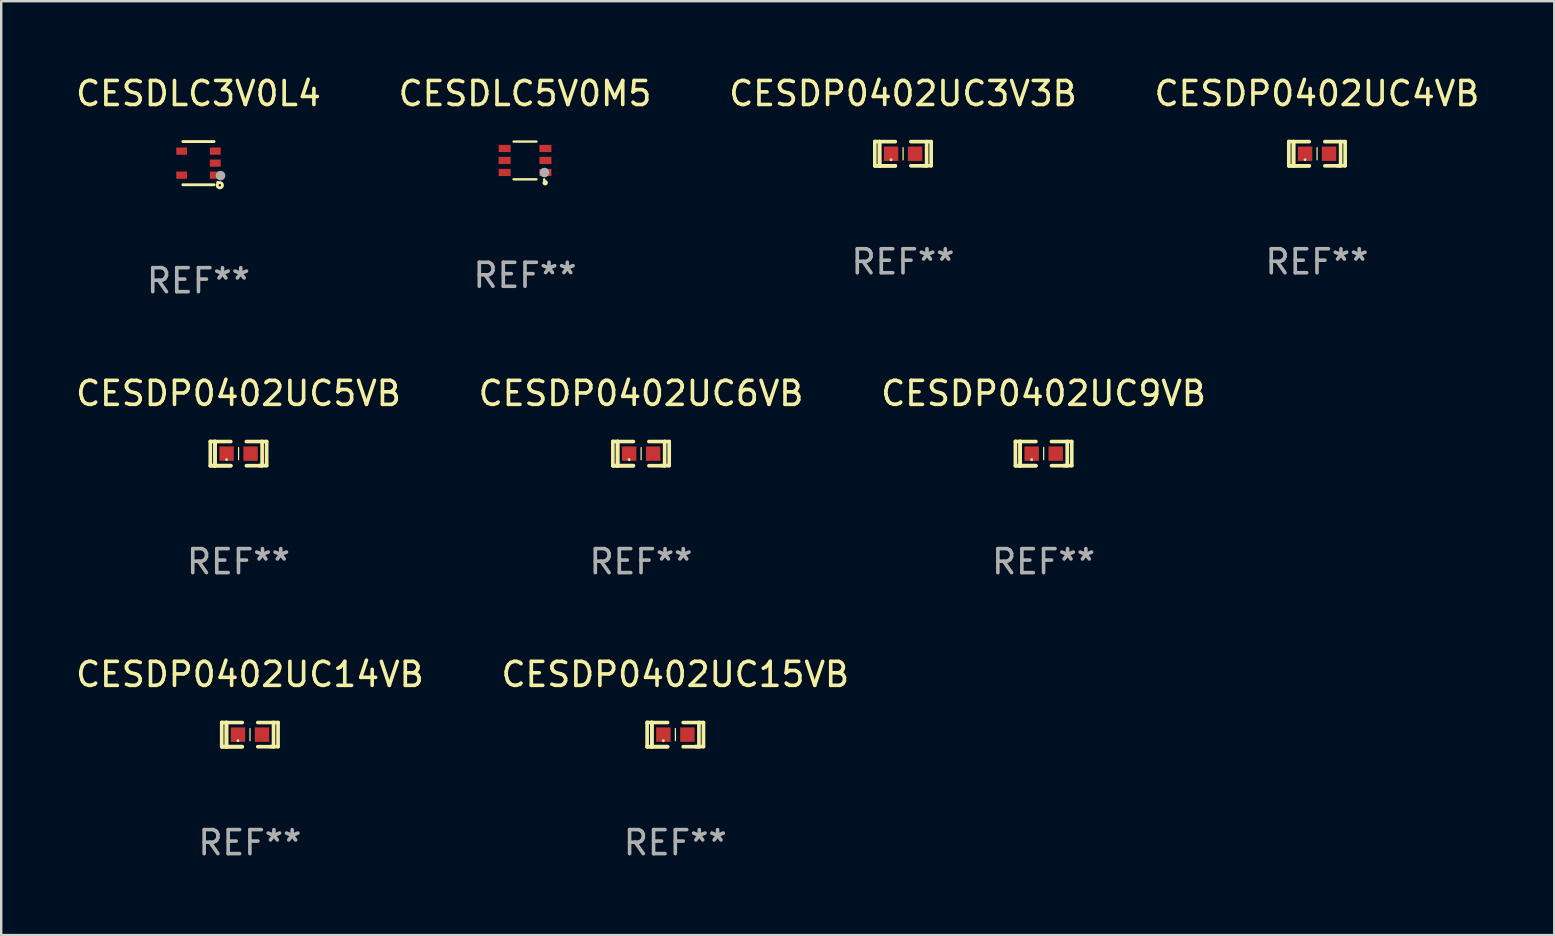
<source format=kicad_pcb>
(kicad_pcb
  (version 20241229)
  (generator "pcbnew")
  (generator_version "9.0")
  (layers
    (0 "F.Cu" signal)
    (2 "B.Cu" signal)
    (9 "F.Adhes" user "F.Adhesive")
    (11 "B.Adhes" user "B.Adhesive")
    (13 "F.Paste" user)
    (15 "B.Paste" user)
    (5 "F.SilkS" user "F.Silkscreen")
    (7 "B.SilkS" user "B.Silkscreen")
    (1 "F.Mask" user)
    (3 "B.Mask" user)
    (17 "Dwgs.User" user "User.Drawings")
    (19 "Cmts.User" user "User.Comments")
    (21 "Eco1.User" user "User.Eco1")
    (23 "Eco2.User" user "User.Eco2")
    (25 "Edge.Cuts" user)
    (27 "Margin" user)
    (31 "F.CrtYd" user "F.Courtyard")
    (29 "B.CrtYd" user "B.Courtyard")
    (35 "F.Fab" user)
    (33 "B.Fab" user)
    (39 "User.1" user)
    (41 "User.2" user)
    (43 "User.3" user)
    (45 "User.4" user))
  (footprint "CESDP0402UC14VB"
    (layer "F.Cu")
    (at 7.363 27.559)
    (property "Reference" "CESDP0402UC14VB" (at 0 -2.506 0) (layer "F.SilkS") (effects (font (size 1 1) (thickness 0.15))))
    (attr through_hole)
    (fp_line (start -1.174 -0.506) (end -0.977 -0.502) (stroke (width 0.152) (type solid)) (layer "F.SilkS"))
    (fp_line (start -1.174 0.506) (end -1.174 -0.506) (stroke (width 0.152) (type solid)) (layer "F.SilkS"))
    (fp_line (start -0.977 -0.502) (end -0.977 0.506) (stroke (width 0.152) (type solid)) (layer "F.SilkS"))
    (fp_line (start -0.977 -0.502) (end -0.977 0.506) (stroke (width 0.152) (type solid)) (layer "F.SilkS"))
    (fp_line (start -0.977 0.506) (end -1.166 0.506) (stroke (width 0.152) (type solid)) (layer "F.SilkS"))
    (fp_line (start -0.977 0.506) (end -0.32 0.506) (stroke (width 0.152) (type solid)) (layer "F.SilkS"))
    (fp_line (start -0.977 0.506) (end -0.32 0.506) (stroke (width 0.152) (type solid)) (layer "F.SilkS"))
    (fp_line (start -0.971 0.506) (end -1.174 0.506) (stroke (width 0.152) (type solid)) (layer "F.SilkS"))
    (fp_line (start -0.32 -0.502) (end -0.977 -0.502) (stroke (width 0.152) (type solid)) (layer "F.SilkS"))
    (fp_line (start 0.004 -0.252) (end 0.004 0.256) (stroke (width 0.051) (type solid)) (layer "F.SilkS"))
    (fp_line (start 0.328 0.506) (end 0.985 0.506) (stroke (width 0.152) (type solid)) (layer "F.SilkS"))
    (fp_line (start 0.985 -0.502) (end 0.328 -0.502) (stroke (width 0.152) (type solid)) (layer "F.SilkS"))
    (fp_line (start 0.985 -0.502) (end 1.174 -0.502) (stroke (width 0.152) (type solid)) (layer "F.SilkS"))
    (fp_line (start 0.985 0.506) (end 0.985 -0.502) (stroke (width 0.152) (type solid)) (layer "F.SilkS"))
    (fp_line (start 1.174 -0.502) (end 1.174 0.502) (stroke (width 0.152) (type solid)) (layer "F.SilkS"))
    (fp_line (start 1.174 0.502) (end 0.851 0.502) (stroke (width 0.152) (type solid)) (layer "F.SilkS"))
    (fp_circle (center -0.497 0.253) (end -0.467 0.253) (stroke (width 0.06) (type solid)) (fill no) (layer "F.SilkS"))
    (fp_text user "REF**" (at 0 4.506 0) (layer "F.Fab") (effects (font (size 1 1) (thickness 0.15))))
    (pad "1" smd rect (at -0.496 0.002) (size 0.6 0.6) (layers "F.Cu" "F.Mask" "F.Paste"))
    (pad "2" smd rect (at 0.504 0.002) (size 0.6 0.6) (layers "F.Cu" "F.Mask" "F.Paste")))
  (footprint "CESDP0402UC6VB"
    (layer "F.Cu")
    (at 23.661 15.85)
    (property "Reference" "CESDP0402UC6VB" (at 0 -2.506 0) (layer "F.SilkS") (effects (font (size 1 1) (thickness 0.15))))
    (attr through_hole)
    (fp_line (start -1.174 -0.506) (end -0.977 -0.502) (stroke (width 0.152) (type solid)) (layer "F.SilkS"))
    (fp_line (start -1.174 0.506) (end -1.174 -0.506) (stroke (width 0.152) (type solid)) (layer "F.SilkS"))
    (fp_line (start -0.977 -0.502) (end -0.977 0.506) (stroke (width 0.152) (type solid)) (layer "F.SilkS"))
    (fp_line (start -0.977 -0.502) (end -0.977 0.506) (stroke (width 0.152) (type solid)) (layer "F.SilkS"))
    (fp_line (start -0.977 0.506) (end -1.166 0.506) (stroke (width 0.152) (type solid)) (layer "F.SilkS"))
    (fp_line (start -0.977 0.506) (end -0.32 0.506) (stroke (width 0.152) (type solid)) (layer "F.SilkS"))
    (fp_line (start -0.977 0.506) (end -0.32 0.506) (stroke (width 0.152) (type solid)) (layer "F.SilkS"))
    (fp_line (start -0.971 0.506) (end -1.174 0.506) (stroke (width 0.152) (type solid)) (layer "F.SilkS"))
    (fp_line (start -0.32 -0.502) (end -0.977 -0.502) (stroke (width 0.152) (type solid)) (layer "F.SilkS"))
    (fp_line (start 0.004 -0.252) (end 0.004 0.256) (stroke (width 0.051) (type solid)) (layer "F.SilkS"))
    (fp_line (start 0.328 0.506) (end 0.985 0.506) (stroke (width 0.152) (type solid)) (layer "F.SilkS"))
    (fp_line (start 0.985 -0.502) (end 0.328 -0.502) (stroke (width 0.152) (type solid)) (layer "F.SilkS"))
    (fp_line (start 0.985 -0.502) (end 1.174 -0.502) (stroke (width 0.152) (type solid)) (layer "F.SilkS"))
    (fp_line (start 0.985 0.506) (end 0.985 -0.502) (stroke (width 0.152) (type solid)) (layer "F.SilkS"))
    (fp_line (start 1.174 -0.502) (end 1.174 0.502) (stroke (width 0.152) (type solid)) (layer "F.SilkS"))
    (fp_line (start 1.174 0.502) (end 0.851 0.502) (stroke (width 0.152) (type solid)) (layer "F.SilkS"))
    (fp_circle (center -0.497 0.253) (end -0.467 0.253) (stroke (width 0.06) (type solid)) (fill no) (layer "F.SilkS"))
    (fp_text user "REF**" (at 0 4.506 0) (layer "F.Fab") (effects (font (size 1 1) (thickness 0.15))))
    (pad "1" smd rect (at -0.496 0.002) (size 0.6 0.6) (layers "F.Cu" "F.Mask" "F.Paste"))
    (pad "2" smd rect (at 0.504 0.002) (size 0.6 0.6) (layers "F.Cu" "F.Mask" "F.Paste")))
  (footprint "CESDP0402UC5VB"
    (layer "F.Cu")
    (at 6.887 15.85)
    (property "Reference" "CESDP0402UC5VB" (at 0 -2.506 0) (layer "F.SilkS") (effects (font (size 1 1) (thickness 0.15))))
    (attr through_hole)
    (fp_line (start -1.174 -0.506) (end -0.977 -0.502) (stroke (width 0.152) (type solid)) (layer "F.SilkS"))
    (fp_line (start -1.174 0.506) (end -1.174 -0.506) (stroke (width 0.152) (type solid)) (layer "F.SilkS"))
    (fp_line (start -0.977 -0.502) (end -0.977 0.506) (stroke (width 0.152) (type solid)) (layer "F.SilkS"))
    (fp_line (start -0.977 -0.502) (end -0.977 0.506) (stroke (width 0.152) (type solid)) (layer "F.SilkS"))
    (fp_line (start -0.977 0.506) (end -1.166 0.506) (stroke (width 0.152) (type solid)) (layer "F.SilkS"))
    (fp_line (start -0.977 0.506) (end -0.32 0.506) (stroke (width 0.152) (type solid)) (layer "F.SilkS"))
    (fp_line (start -0.977 0.506) (end -0.32 0.506) (stroke (width 0.152) (type solid)) (layer "F.SilkS"))
    (fp_line (start -0.971 0.506) (end -1.174 0.506) (stroke (width 0.152) (type solid)) (layer "F.SilkS"))
    (fp_line (start -0.32 -0.502) (end -0.977 -0.502) (stroke (width 0.152) (type solid)) (layer "F.SilkS"))
    (fp_line (start 0.004 -0.252) (end 0.004 0.256) (stroke (width 0.051) (type solid)) (layer "F.SilkS"))
    (fp_line (start 0.328 0.506) (end 0.985 0.506) (stroke (width 0.152) (type solid)) (layer "F.SilkS"))
    (fp_line (start 0.985 -0.502) (end 0.328 -0.502) (stroke (width 0.152) (type solid)) (layer "F.SilkS"))
    (fp_line (start 0.985 -0.502) (end 1.174 -0.502) (stroke (width 0.152) (type solid)) (layer "F.SilkS"))
    (fp_line (start 0.985 0.506) (end 0.985 -0.502) (stroke (width 0.152) (type solid)) (layer "F.SilkS"))
    (fp_line (start 1.174 -0.502) (end 1.174 0.502) (stroke (width 0.152) (type solid)) (layer "F.SilkS"))
    (fp_line (start 1.174 0.502) (end 0.851 0.502) (stroke (width 0.152) (type solid)) (layer "F.SilkS"))
    (fp_circle (center -0.497 0.253) (end -0.467 0.253) (stroke (width 0.06) (type solid)) (fill no) (layer "F.SilkS"))
    (fp_text user "REF**" (at 0 4.506 0) (layer "F.Fab") (effects (font (size 1 1) (thickness 0.15))))
    (pad "1" smd rect (at -0.496 0.002) (size 0.6 0.6) (layers "F.Cu" "F.Mask" "F.Paste"))
    (pad "2" smd rect (at 0.504 0.002) (size 0.6 0.6) (layers "F.Cu" "F.Mask" "F.Paste")))
  (footprint "CESDP0402UC4VB"
    (layer "F.Cu")
    (at 51.827 3.354)
    (property "Reference" "CESDP0402UC4VB" (at 0 -2.506 0) (layer "F.SilkS") (effects (font (size 1 1) (thickness 0.15))))
    (attr through_hole)
    (fp_line (start -1.174 -0.506) (end -0.977 -0.502) (stroke (width 0.152) (type solid)) (layer "F.SilkS"))
    (fp_line (start -1.174 0.506) (end -1.174 -0.506) (stroke (width 0.152) (type solid)) (layer "F.SilkS"))
    (fp_line (start -0.977 -0.502) (end -0.977 0.506) (stroke (width 0.152) (type solid)) (layer "F.SilkS"))
    (fp_line (start -0.977 -0.502) (end -0.977 0.506) (stroke (width 0.152) (type solid)) (layer "F.SilkS"))
    (fp_line (start -0.977 0.506) (end -1.166 0.506) (stroke (width 0.152) (type solid)) (layer "F.SilkS"))
    (fp_line (start -0.977 0.506) (end -0.32 0.506) (stroke (width 0.152) (type solid)) (layer "F.SilkS"))
    (fp_line (start -0.977 0.506) (end -0.32 0.506) (stroke (width 0.152) (type solid)) (layer "F.SilkS"))
    (fp_line (start -0.971 0.506) (end -1.174 0.506) (stroke (width 0.152) (type solid)) (layer "F.SilkS"))
    (fp_line (start -0.32 -0.502) (end -0.977 -0.502) (stroke (width 0.152) (type solid)) (layer "F.SilkS"))
    (fp_line (start 0.004 -0.252) (end 0.004 0.256) (stroke (width 0.051) (type solid)) (layer "F.SilkS"))
    (fp_line (start 0.328 0.506) (end 0.985 0.506) (stroke (width 0.152) (type solid)) (layer "F.SilkS"))
    (fp_line (start 0.985 -0.502) (end 0.328 -0.502) (stroke (width 0.152) (type solid)) (layer "F.SilkS"))
    (fp_line (start 0.985 -0.502) (end 1.174 -0.502) (stroke (width 0.152) (type solid)) (layer "F.SilkS"))
    (fp_line (start 0.985 0.506) (end 0.985 -0.502) (stroke (width 0.152) (type solid)) (layer "F.SilkS"))
    (fp_line (start 1.174 -0.502) (end 1.174 0.502) (stroke (width 0.152) (type solid)) (layer "F.SilkS"))
    (fp_line (start 1.174 0.502) (end 0.851 0.502) (stroke (width 0.152) (type solid)) (layer "F.SilkS"))
    (fp_circle (center -0.497 0.253) (end -0.467 0.253) (stroke (width 0.06) (type solid)) (fill no) (layer "F.SilkS"))
    (fp_text user "REF**" (at 0 4.506 0) (layer "F.Fab") (effects (font (size 1 1) (thickness 0.15))))
    (pad "1" smd rect (at -0.496 0.002) (size 0.6 0.6) (layers "F.Cu" "F.Mask" "F.Paste"))
    (pad "2" smd rect (at 0.504 0.002) (size 0.6 0.6) (layers "F.Cu" "F.Mask" "F.Paste")))
  (footprint "CESDP0402UC3V3B"
    (layer "F.Cu")
    (at 34.577 3.354)
    (property "Reference" "CESDP0402UC3V3B" (at 0 -2.506 0) (layer "F.SilkS") (effects (font (size 1 1) (thickness 0.15))))
    (attr through_hole)
    (fp_line (start -1.174 -0.506) (end -0.977 -0.502) (stroke (width 0.152) (type solid)) (layer "F.SilkS"))
    (fp_line (start -1.174 0.506) (end -1.174 -0.506) (stroke (width 0.152) (type solid)) (layer "F.SilkS"))
    (fp_line (start -0.977 -0.502) (end -0.977 0.506) (stroke (width 0.152) (type solid)) (layer "F.SilkS"))
    (fp_line (start -0.977 -0.502) (end -0.977 0.506) (stroke (width 0.152) (type solid)) (layer "F.SilkS"))
    (fp_line (start -0.977 0.506) (end -1.166 0.506) (stroke (width 0.152) (type solid)) (layer "F.SilkS"))
    (fp_line (start -0.977 0.506) (end -0.32 0.506) (stroke (width 0.152) (type solid)) (layer "F.SilkS"))
    (fp_line (start -0.977 0.506) (end -0.32 0.506) (stroke (width 0.152) (type solid)) (layer "F.SilkS"))
    (fp_line (start -0.971 0.506) (end -1.174 0.506) (stroke (width 0.152) (type solid)) (layer "F.SilkS"))
    (fp_line (start -0.32 -0.502) (end -0.977 -0.502) (stroke (width 0.152) (type solid)) (layer "F.SilkS"))
    (fp_line (start 0.004 -0.252) (end 0.004 0.256) (stroke (width 0.051) (type solid)) (layer "F.SilkS"))
    (fp_line (start 0.328 0.506) (end 0.985 0.506) (stroke (width 0.152) (type solid)) (layer "F.SilkS"))
    (fp_line (start 0.985 -0.502) (end 0.328 -0.502) (stroke (width 0.152) (type solid)) (layer "F.SilkS"))
    (fp_line (start 0.985 -0.502) (end 1.174 -0.502) (stroke (width 0.152) (type solid)) (layer "F.SilkS"))
    (fp_line (start 0.985 0.506) (end 0.985 -0.502) (stroke (width 0.152) (type solid)) (layer "F.SilkS"))
    (fp_line (start 1.174 -0.502) (end 1.174 0.502) (stroke (width 0.152) (type solid)) (layer "F.SilkS"))
    (fp_line (start 1.174 0.502) (end 0.851 0.502) (stroke (width 0.152) (type solid)) (layer "F.SilkS"))
    (fp_circle (center -0.497 0.253) (end -0.467 0.253) (stroke (width 0.06) (type solid)) (fill no) (layer "F.SilkS"))
    (fp_text user "REF**" (at 0 4.506 0) (layer "F.Fab") (effects (font (size 1 1) (thickness 0.15))))
    (pad "1" smd rect (at -0.496 0.002) (size 0.6 0.6) (layers "F.Cu" "F.Mask" "F.Paste"))
    (pad "2" smd rect (at 0.504 0.002) (size 0.6 0.6) (layers "F.Cu" "F.Mask" "F.Paste")))
  (footprint "CESDP0402UC15VB"
    (layer "F.Cu")
    (at 25.089 27.559)
    (property "Reference" "CESDP0402UC15VB" (at 0 -2.506 0) (layer "F.SilkS") (effects (font (size 1 1) (thickness 0.15))))
    (attr through_hole)
    (fp_line (start -1.174 -0.506) (end -0.977 -0.502) (stroke (width 0.152) (type solid)) (layer "F.SilkS"))
    (fp_line (start -1.174 0.506) (end -1.174 -0.506) (stroke (width 0.152) (type solid)) (layer "F.SilkS"))
    (fp_line (start -0.977 -0.502) (end -0.977 0.506) (stroke (width 0.152) (type solid)) (layer "F.SilkS"))
    (fp_line (start -0.977 -0.502) (end -0.977 0.506) (stroke (width 0.152) (type solid)) (layer "F.SilkS"))
    (fp_line (start -0.977 0.506) (end -1.166 0.506) (stroke (width 0.152) (type solid)) (layer "F.SilkS"))
    (fp_line (start -0.977 0.506) (end -0.32 0.506) (stroke (width 0.152) (type solid)) (layer "F.SilkS"))
    (fp_line (start -0.977 0.506) (end -0.32 0.506) (stroke (width 0.152) (type solid)) (layer "F.SilkS"))
    (fp_line (start -0.971 0.506) (end -1.174 0.506) (stroke (width 0.152) (type solid)) (layer "F.SilkS"))
    (fp_line (start -0.32 -0.502) (end -0.977 -0.502) (stroke (width 0.152) (type solid)) (layer "F.SilkS"))
    (fp_line (start 0.004 -0.252) (end 0.004 0.256) (stroke (width 0.051) (type solid)) (layer "F.SilkS"))
    (fp_line (start 0.328 0.506) (end 0.985 0.506) (stroke (width 0.152) (type solid)) (layer "F.SilkS"))
    (fp_line (start 0.985 -0.502) (end 0.328 -0.502) (stroke (width 0.152) (type solid)) (layer "F.SilkS"))
    (fp_line (start 0.985 -0.502) (end 1.174 -0.502) (stroke (width 0.152) (type solid)) (layer "F.SilkS"))
    (fp_line (start 0.985 0.506) (end 0.985 -0.502) (stroke (width 0.152) (type solid)) (layer "F.SilkS"))
    (fp_line (start 1.174 -0.502) (end 1.174 0.502) (stroke (width 0.152) (type solid)) (layer "F.SilkS"))
    (fp_line (start 1.174 0.502) (end 0.851 0.502) (stroke (width 0.152) (type solid)) (layer "F.SilkS"))
    (fp_circle (center -0.497 0.253) (end -0.467 0.253) (stroke (width 0.06) (type solid)) (fill no) (layer "F.SilkS"))
    (fp_text user "REF**" (at 0 4.506 0) (layer "F.Fab") (effects (font (size 1 1) (thickness 0.15))))
    (pad "1" smd rect (at -0.496 0.002) (size 0.6 0.6) (layers "F.Cu" "F.Mask" "F.Paste"))
    (pad "2" smd rect (at 0.504 0.002) (size 0.6 0.6) (layers "F.Cu" "F.Mask" "F.Paste")))
  (footprint "CESDLC5V0M5"
    (layer "F.Cu")
    (at 18.827 3.636)
    (property "Reference" "CESDLC5V0M5" (at 0 -2.787 0) (layer "F.SilkS") (effects (font (size 1 1) (thickness 0.15))))
    (attr through_hole)
    (fp_line (start -0.475 -0.787) (end 0.475 -0.787) (stroke (width 0.1) (type solid)) (layer "F.SilkS"))
    (fp_line (start -0.475 0.787) (end 0.475 0.787) (stroke (width 0.1) (type solid)) (layer "F.SilkS"))
    (fp_circle (center 0.799 0.8) (end 0.829 0.8) (stroke (width 0.06) (type solid)) (fill no) (layer "F.SilkS"))
    (fp_circle (center 0.84 0.93) (end 0.9 0.93) (stroke (width 0.102) (type solid)) (fill no) (layer "F.SilkS"))
    (fp_circle (center 0.81 0.503) (end 0.91 0.503) (stroke (width 0.2) (type solid)) (fill no) (layer "F.Fab"))
    (fp_text user "REF**" (at 0 4.787 0) (layer "F.Fab") (effects (font (size 1 1) (thickness 0.15))))
    (pad "1" smd rect (at 0.85 0.5 90) (size 0.3 0.5) (layers "F.Cu" "F.Mask" "F.Paste"))
    (pad "2" smd rect (at 0.85 0.000051 90) (size 0.3 0.5) (layers "F.Cu" "F.Mask" "F.Paste"))
    (pad "3" smd rect (at 0.85 -0.5 90) (size 0.3 0.5) (layers "F.Cu" "F.Mask" "F.Paste"))
    (pad "4" smd rect (at -0.85 -0.5 90) (size 0.3 0.5) (layers "F.Cu" "F.Mask" "F.Paste"))
    (pad "5" smd rect (at -0.85 0.000051 90) (size 0.3 0.5) (layers "F.Cu" "F.Mask" "F.Paste"))
    (pad "6" smd rect (at -0.85 0.5 90) (size 0.3 0.5) (layers "F.Cu" "F.Mask" "F.Paste")))
  (footprint "CESDLC3V0L4"
    (layer "F.Cu")
    (at 5.22 3.748)
    (property "Reference" "CESDLC3V0L4" (at 0 -2.9 0) (layer "F.SilkS") (effects (font (size 1 1) (thickness 0.15))))
    (attr through_hole)
    (fp_line (start -0.65 -0.9) (end 0.65 -0.9) (stroke (width 0.12) (type solid)) (layer "F.SilkS"))
    (fp_line (start -0.65 0.9) (end 0.65 0.9) (stroke (width 0.12) (type solid)) (layer "F.SilkS"))
    (fp_circle (center 0.8 0.8) (end 0.83 0.8) (stroke (width 0.06) (type solid)) (fill no) (layer "F.SilkS"))
    (fp_circle (center 0.89 0.92) (end 0.94 0.92) (stroke (width 0.12) (type solid)) (fill no) (layer "F.SilkS"))
    (fp_circle (center 0.92 0.52) (end 1.02 0.52) (stroke (width 0.2) (type solid)) (fill no) (layer "F.Fab"))
    (fp_text user "REF**" (at 0 4.9 0) (layer "F.Fab") (effects (font (size 1 1) (thickness 0.15))))
    (pad "1" smd rect (at 0.7 0.5) (size 0.45 0.3) (layers "F.Cu" "F.Mask" "F.Paste"))
    (pad "2" smd rect (at 0.7 -0.000356) (size 0.45 0.3) (layers "F.Cu" "F.Mask" "F.Paste"))
    (pad "3" smd rect (at 0.7 -0.5) (size 0.45 0.3) (layers "F.Cu" "F.Mask" "F.Paste"))
    (pad "4" smd rect (at -0.7 -0.5) (size 0.45 0.3) (layers "F.Cu" "F.Mask" "F.Paste"))
    (pad "5" smd rect (at -0.7 0.5) (size 0.45 0.3) (layers "F.Cu" "F.Mask" "F.Paste")))
  (footprint "CESDP0402UC9VB"
    (layer "F.Cu")
    (at 40.435 15.85)
    (property "Reference" "CESDP0402UC9VB" (at 0 -2.506 0) (layer "F.SilkS") (effects (font (size 1 1) (thickness 0.15))))
    (attr through_hole)
    (fp_line (start -1.174 -0.506) (end -0.977 -0.502) (stroke (width 0.152) (type solid)) (layer "F.SilkS"))
    (fp_line (start -1.174 0.506) (end -1.174 -0.506) (stroke (width 0.152) (type solid)) (layer "F.SilkS"))
    (fp_line (start -0.977 -0.502) (end -0.977 0.506) (stroke (width 0.152) (type solid)) (layer "F.SilkS"))
    (fp_line (start -0.977 -0.502) (end -0.977 0.506) (stroke (width 0.152) (type solid)) (layer "F.SilkS"))
    (fp_line (start -0.977 0.506) (end -1.166 0.506) (stroke (width 0.152) (type solid)) (layer "F.SilkS"))
    (fp_line (start -0.977 0.506) (end -0.32 0.506) (stroke (width 0.152) (type solid)) (layer "F.SilkS"))
    (fp_line (start -0.977 0.506) (end -0.32 0.506) (stroke (width 0.152) (type solid)) (layer "F.SilkS"))
    (fp_line (start -0.971 0.506) (end -1.174 0.506) (stroke (width 0.152) (type solid)) (layer "F.SilkS"))
    (fp_line (start -0.32 -0.502) (end -0.977 -0.502) (stroke (width 0.152) (type solid)) (layer "F.SilkS"))
    (fp_line (start 0.004 -0.252) (end 0.004 0.256) (stroke (width 0.051) (type solid)) (layer "F.SilkS"))
    (fp_line (start 0.328 0.506) (end 0.985 0.506) (stroke (width 0.152) (type solid)) (layer "F.SilkS"))
    (fp_line (start 0.985 -0.502) (end 0.328 -0.502) (stroke (width 0.152) (type solid)) (layer "F.SilkS"))
    (fp_line (start 0.985 -0.502) (end 1.174 -0.502) (stroke (width 0.152) (type solid)) (layer "F.SilkS"))
    (fp_line (start 0.985 0.506) (end 0.985 -0.502) (stroke (width 0.152) (type solid)) (layer "F.SilkS"))
    (fp_line (start 1.174 -0.502) (end 1.174 0.502) (stroke (width 0.152) (type solid)) (layer "F.SilkS"))
    (fp_line (start 1.174 0.502) (end 0.851 0.502) (stroke (width 0.152) (type solid)) (layer "F.SilkS"))
    (fp_circle (center -0.497 0.253) (end -0.467 0.253) (stroke (width 0.06) (type solid)) (fill no) (layer "F.SilkS"))
    (fp_text user "REF**" (at 0 4.506 0) (layer "F.Fab") (effects (font (size 1 1) (thickness 0.15))))
    (pad "1" smd rect (at -0.496 0.002) (size 0.6 0.6) (layers "F.Cu" "F.Mask" "F.Paste"))
    (pad "2" smd rect (at 0.504 0.002) (size 0.6 0.6) (layers "F.Cu" "F.Mask" "F.Paste")))
  (gr_rect
    (start -3 -3)
    (end 61.714 35.913)
    (stroke (width 0.1) (type default))
    (fill no)
    (layer "Edge.Cuts")))
</source>
